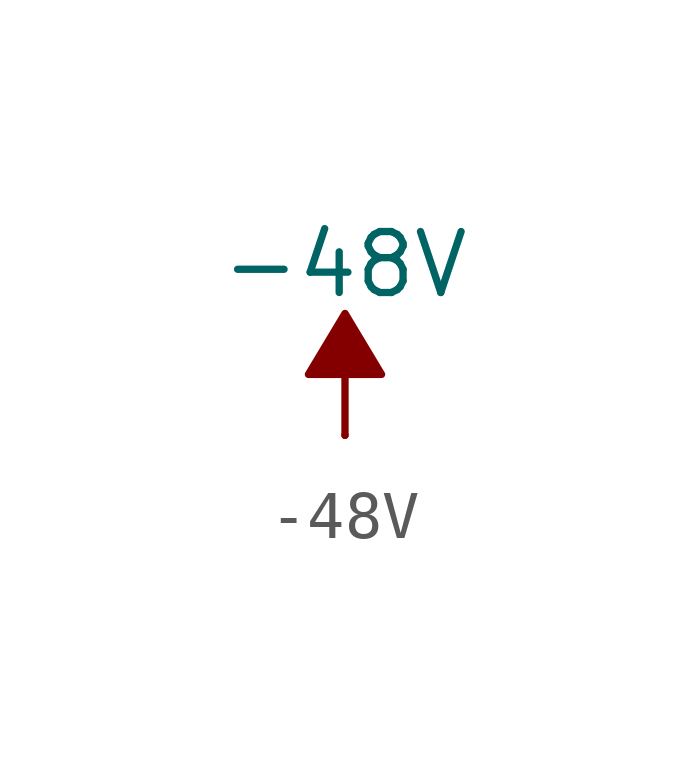
<source format=kicad_sym>
(kicad_symbol_lib
  (version 20241209)
  (generator "kicad_symbol_editor")
  (generator_version "9.0")
  (symbol "-48V"
    (power)
    (pin_numbers
      (hide yes))
    (pin_names
      (offset 0)
      (hide yes))
    (property "Reference" "#PWR"
      (at 0 -3.81 0)
      (effects (font (size 1.27 1.27)) (hide yes)))
    (property "Value" "-48V"
      (at 0 3.556 0)
      (effects (font (size 1.27 1.27))))
    (symbol "-48V_0_0"
      (pin power_in line (at 0 0 90) (length 0) (name "~" (effects (font (size 1.27 1.27)))) (number "1" (effects (font (size 1.27 1.27))))))
    (symbol "-48V_0_1"
      (polyline (pts (xy 0 0) (xy 0 1.27) (xy 0.762 1.27) (xy 0 2.54) (xy -0.762 1.27) (xy 0 1.27)) (stroke (width 0) (type default)) (fill (type outline))))))
</source>
